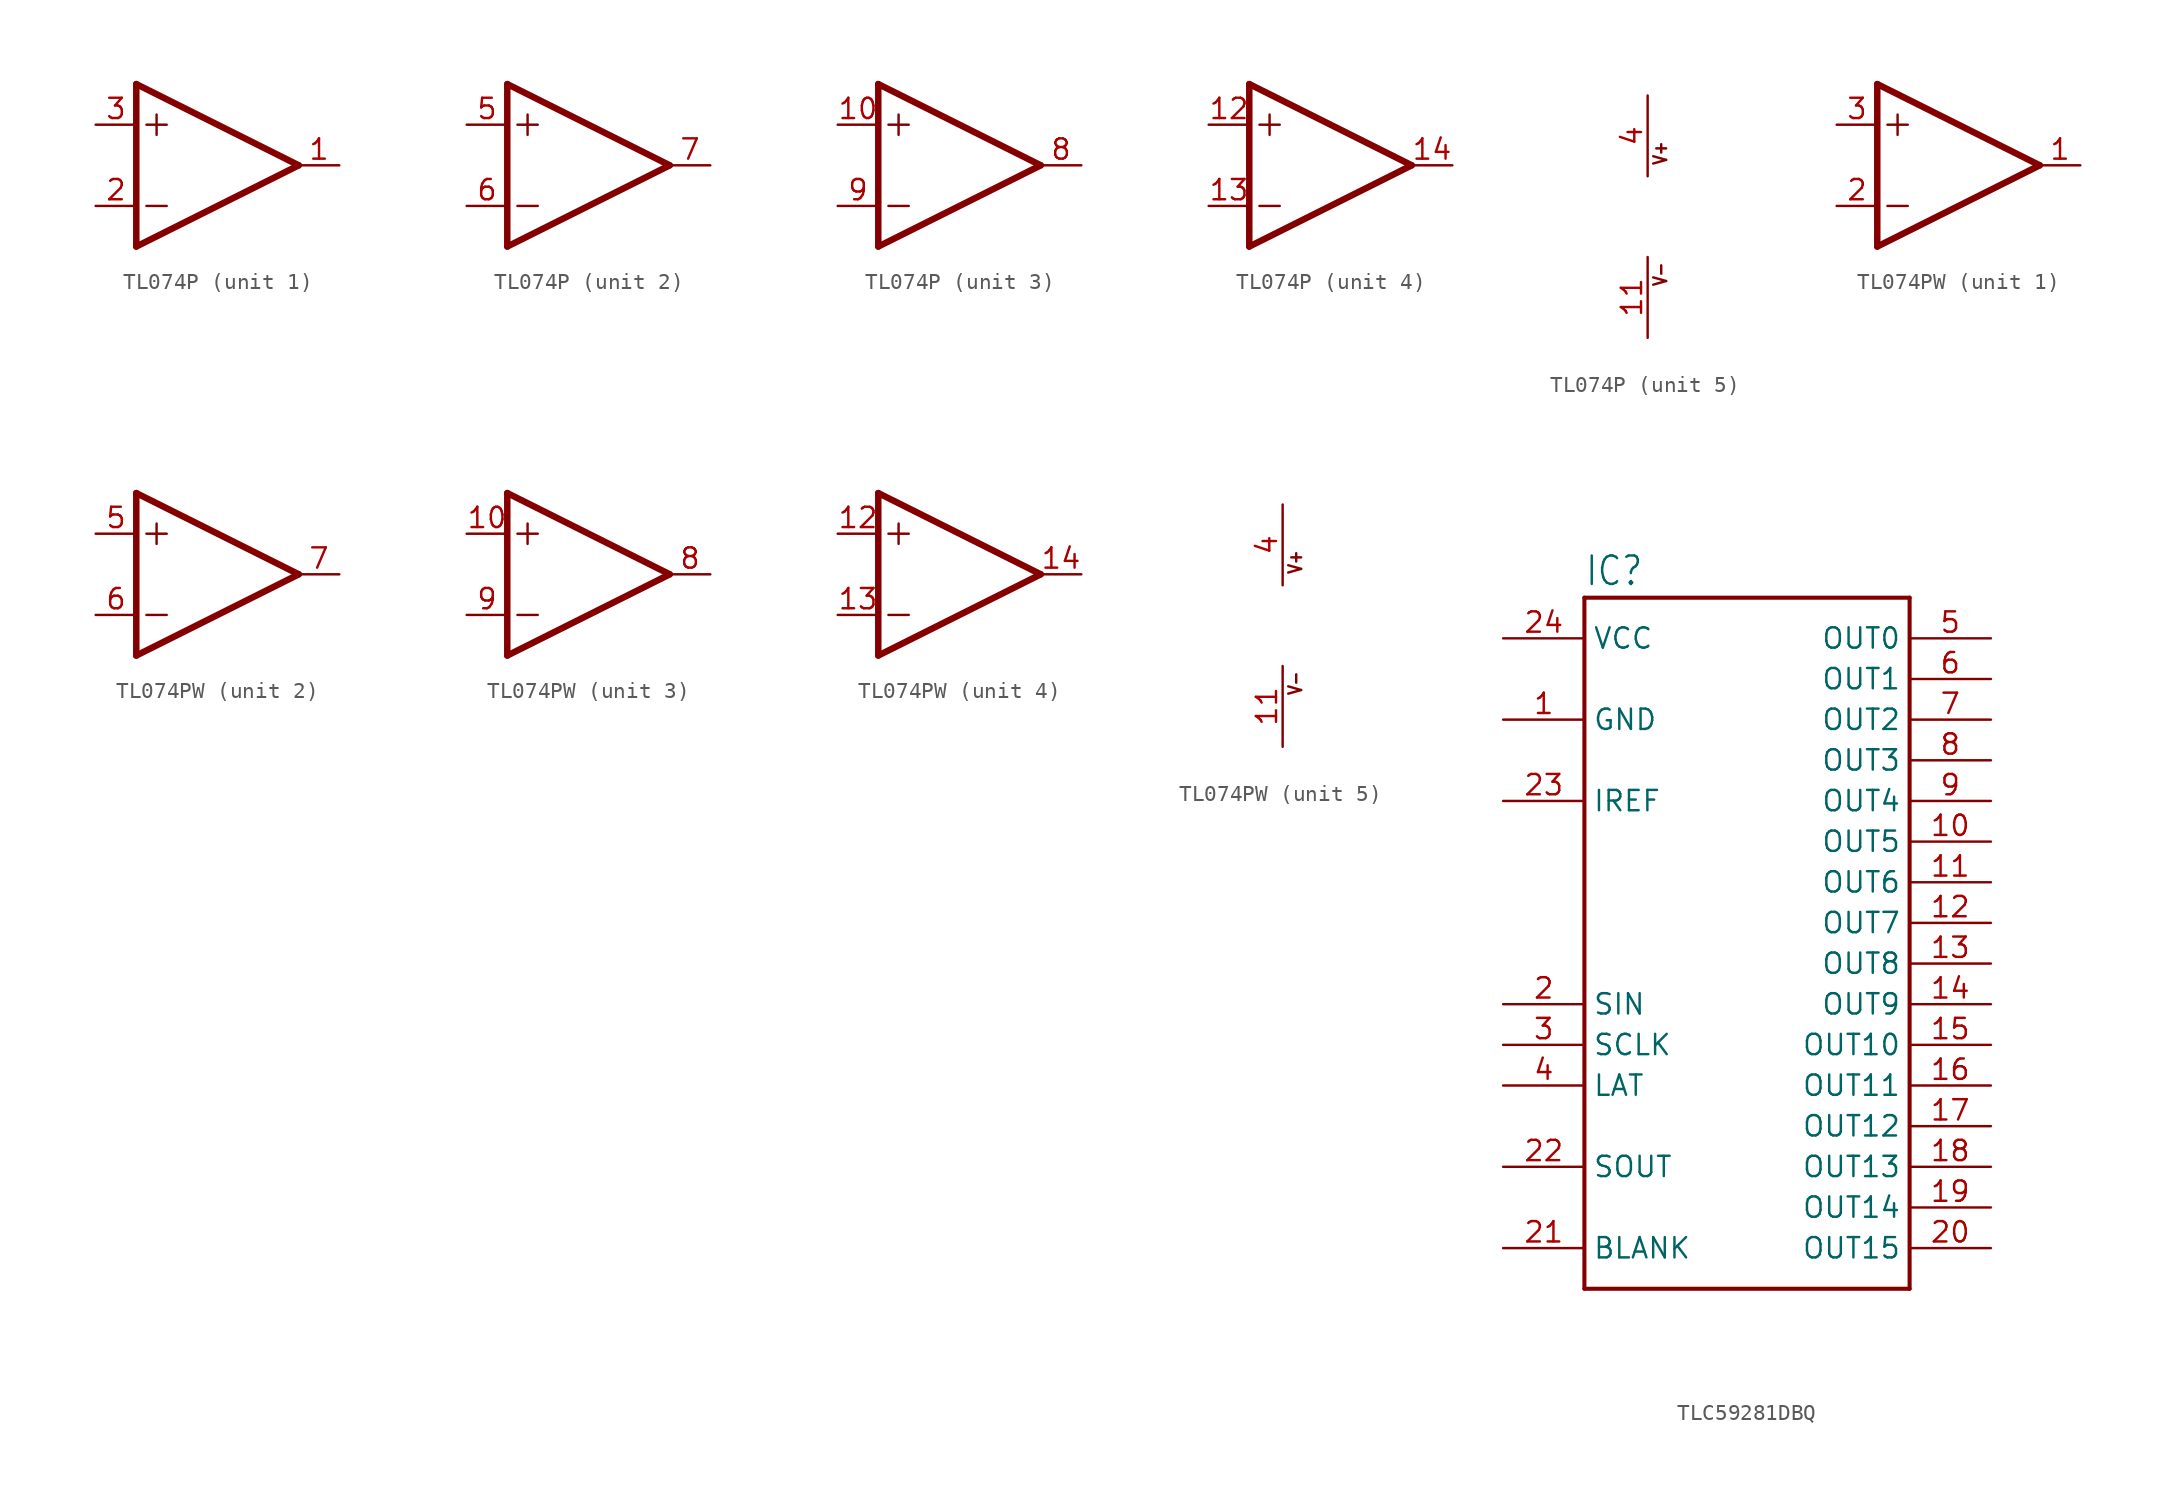
<source format=kicad_sym>
(kicad_symbol_lib
  (version 20220914)
  (generator kicad_symbol_editor)
  (symbol "TL074P"
    (property "Reference" "IC"
      (at 2.54 3.175 0)
      (effects (font (size 1.778 1.511)) (justify left bottom) hide))
    (property "ki_locked" ""
      (at 0 0 0)
      (effects (font (size 1.27 1.27))))
    (symbol "TL074P_1_0"
      (polyline (pts (xy -5.08 -5.08) (xy 5.08 0)) (stroke (width 0.406) (type solid)) (fill (type none)))
      (polyline (pts (xy -5.08 5.08) (xy -5.08 -5.08)) (stroke (width 0.406) (type solid)) (fill (type none)))
      (polyline (pts (xy -4.445 -2.54) (xy -3.175 -2.54)) (stroke (width 0.152) (type solid)) (fill (type none)))
      (polyline (pts (xy -4.445 2.54) (xy -3.175 2.54)) (stroke (width 0.152) (type solid)) (fill (type none)))
      (polyline (pts (xy -3.81 3.175) (xy -3.81 1.905)) (stroke (width 0.152) (type solid)) (fill (type none)))
      (polyline (pts (xy 5.08 0) (xy -5.08 5.08)) (stroke (width 0.406) (type solid)) (fill (type none)))
      (pin output line (at 7.62 0 180) (length 2.54) (name "OUT" (effects (font (size 0 0)))) (number "1" (effects (font (size 1.27 1.27)))))
      (pin input line (at -7.62 -2.54 0) (length 2.54) (name "-IN" (effects (font (size 0 0)))) (number "2" (effects (font (size 1.27 1.27)))))
      (pin input line (at -7.62 2.54 0) (length 2.54) (name "+IN" (effects (font (size 0 0)))) (number "3" (effects (font (size 1.27 1.27))))))
    (symbol "TL074P_2_0"
      (polyline (pts (xy -5.08 -5.08) (xy 5.08 0)) (stroke (width 0.406) (type solid)) (fill (type none)))
      (polyline (pts (xy -5.08 5.08) (xy -5.08 -5.08)) (stroke (width 0.406) (type solid)) (fill (type none)))
      (polyline (pts (xy -4.445 -2.54) (xy -3.175 -2.54)) (stroke (width 0.152) (type solid)) (fill (type none)))
      (polyline (pts (xy -4.445 2.54) (xy -3.175 2.54)) (stroke (width 0.152) (type solid)) (fill (type none)))
      (polyline (pts (xy -3.81 3.175) (xy -3.81 1.905)) (stroke (width 0.152) (type solid)) (fill (type none)))
      (polyline (pts (xy 5.08 0) (xy -5.08 5.08)) (stroke (width 0.406) (type solid)) (fill (type none)))
      (pin input line (at -7.62 2.54 0) (length 2.54) (name "+IN" (effects (font (size 0 0)))) (number "5" (effects (font (size 1.27 1.27)))))
      (pin input line (at -7.62 -2.54 0) (length 2.54) (name "-IN" (effects (font (size 0 0)))) (number "6" (effects (font (size 1.27 1.27)))))
      (pin output line (at 7.62 0 180) (length 2.54) (name "OUT" (effects (font (size 0 0)))) (number "7" (effects (font (size 1.27 1.27))))))
    (symbol "TL074P_3_0"
      (polyline (pts (xy -5.08 -5.08) (xy 5.08 0)) (stroke (width 0.406) (type solid)) (fill (type none)))
      (polyline (pts (xy -5.08 5.08) (xy -5.08 -5.08)) (stroke (width 0.406) (type solid)) (fill (type none)))
      (polyline (pts (xy -4.445 -2.54) (xy -3.175 -2.54)) (stroke (width 0.152) (type solid)) (fill (type none)))
      (polyline (pts (xy -4.445 2.54) (xy -3.175 2.54)) (stroke (width 0.152) (type solid)) (fill (type none)))
      (polyline (pts (xy -3.81 3.175) (xy -3.81 1.905)) (stroke (width 0.152) (type solid)) (fill (type none)))
      (polyline (pts (xy 5.08 0) (xy -5.08 5.08)) (stroke (width 0.406) (type solid)) (fill (type none)))
      (pin input line (at -7.62 2.54 0) (length 2.54) (name "+IN" (effects (font (size 0 0)))) (number "10" (effects (font (size 1.27 1.27)))))
      (pin output line (at 7.62 0 180) (length 2.54) (name "OUT" (effects (font (size 0 0)))) (number "8" (effects (font (size 1.27 1.27)))))
      (pin input line (at -7.62 -2.54 0) (length 2.54) (name "-IN" (effects (font (size 0 0)))) (number "9" (effects (font (size 1.27 1.27))))))
    (symbol "TL074P_4_0"
      (polyline (pts (xy -5.08 -5.08) (xy 5.08 0)) (stroke (width 0.406) (type solid)) (fill (type none)))
      (polyline (pts (xy -5.08 5.08) (xy -5.08 -5.08)) (stroke (width 0.406) (type solid)) (fill (type none)))
      (polyline (pts (xy -4.445 -2.54) (xy -3.175 -2.54)) (stroke (width 0.152) (type solid)) (fill (type none)))
      (polyline (pts (xy -4.445 2.54) (xy -3.175 2.54)) (stroke (width 0.152) (type solid)) (fill (type none)))
      (polyline (pts (xy -3.81 3.175) (xy -3.81 1.905)) (stroke (width 0.152) (type solid)) (fill (type none)))
      (polyline (pts (xy 5.08 0) (xy -5.08 5.08)) (stroke (width 0.406) (type solid)) (fill (type none)))
      (pin input line (at -7.62 2.54 0) (length 2.54) (name "+IN" (effects (font (size 0 0)))) (number "12" (effects (font (size 1.27 1.27)))))
      (pin input line (at -7.62 -2.54 0) (length 2.54) (name "-IN" (effects (font (size 0 0)))) (number "13" (effects (font (size 1.27 1.27)))))
      (pin output line (at 7.62 0 180) (length 2.54) (name "OUT" (effects (font (size 0 0)))) (number "14" (effects (font (size 1.27 1.27))))))
    (symbol "TL074P_5_0"
      (text "V+" (at 1.27 3.175 900) (effects (font (size 0.813 0.691)) (justify left bottom)))
      (text "V-" (at 1.27 -4.445 900) (effects (font (size 0.813 0.691)) (justify left bottom)))
      (pin power_in line (at 0 -7.62 90) (length 5.08) (name "V-" (effects (font (size 0 0)))) (number "11" (effects (font (size 1.27 1.27)))))
      (pin power_in line (at 0 7.62 270) (length 5.08) (name "V+" (effects (font (size 0 0)))) (number "4" (effects (font (size 1.27 1.27)))))))
  (symbol "TL074PW"
    (property "Reference" "IC"
      (at 2.54 3.175 0)
      (effects (font (size 1.778 1.511)) (justify left bottom) hide))
    (property "ki_locked" ""
      (at 0 0 0)
      (effects (font (size 1.27 1.27))))
    (symbol "TL074PW_1_0"
      (polyline (pts (xy -5.08 -5.08) (xy 5.08 0)) (stroke (width 0.406) (type solid)) (fill (type none)))
      (polyline (pts (xy -5.08 5.08) (xy -5.08 -5.08)) (stroke (width 0.406) (type solid)) (fill (type none)))
      (polyline (pts (xy -4.445 -2.54) (xy -3.175 -2.54)) (stroke (width 0.152) (type solid)) (fill (type none)))
      (polyline (pts (xy -4.445 2.54) (xy -3.175 2.54)) (stroke (width 0.152) (type solid)) (fill (type none)))
      (polyline (pts (xy -3.81 3.175) (xy -3.81 1.905)) (stroke (width 0.152) (type solid)) (fill (type none)))
      (polyline (pts (xy 5.08 0) (xy -5.08 5.08)) (stroke (width 0.406) (type solid)) (fill (type none)))
      (pin output line (at 7.62 0 180) (length 2.54) (name "OUT" (effects (font (size 0 0)))) (number "1" (effects (font (size 1.27 1.27)))))
      (pin input line (at -7.62 -2.54 0) (length 2.54) (name "-IN" (effects (font (size 0 0)))) (number "2" (effects (font (size 1.27 1.27)))))
      (pin input line (at -7.62 2.54 0) (length 2.54) (name "+IN" (effects (font (size 0 0)))) (number "3" (effects (font (size 1.27 1.27))))))
    (symbol "TL074PW_2_0"
      (polyline (pts (xy -5.08 -5.08) (xy 5.08 0)) (stroke (width 0.406) (type solid)) (fill (type none)))
      (polyline (pts (xy -5.08 5.08) (xy -5.08 -5.08)) (stroke (width 0.406) (type solid)) (fill (type none)))
      (polyline (pts (xy -4.445 -2.54) (xy -3.175 -2.54)) (stroke (width 0.152) (type solid)) (fill (type none)))
      (polyline (pts (xy -4.445 2.54) (xy -3.175 2.54)) (stroke (width 0.152) (type solid)) (fill (type none)))
      (polyline (pts (xy -3.81 3.175) (xy -3.81 1.905)) (stroke (width 0.152) (type solid)) (fill (type none)))
      (polyline (pts (xy 5.08 0) (xy -5.08 5.08)) (stroke (width 0.406) (type solid)) (fill (type none)))
      (pin input line (at -7.62 2.54 0) (length 2.54) (name "+IN" (effects (font (size 0 0)))) (number "5" (effects (font (size 1.27 1.27)))))
      (pin input line (at -7.62 -2.54 0) (length 2.54) (name "-IN" (effects (font (size 0 0)))) (number "6" (effects (font (size 1.27 1.27)))))
      (pin output line (at 7.62 0 180) (length 2.54) (name "OUT" (effects (font (size 0 0)))) (number "7" (effects (font (size 1.27 1.27))))))
    (symbol "TL074PW_3_0"
      (polyline (pts (xy -5.08 -5.08) (xy 5.08 0)) (stroke (width 0.406) (type solid)) (fill (type none)))
      (polyline (pts (xy -5.08 5.08) (xy -5.08 -5.08)) (stroke (width 0.406) (type solid)) (fill (type none)))
      (polyline (pts (xy -4.445 -2.54) (xy -3.175 -2.54)) (stroke (width 0.152) (type solid)) (fill (type none)))
      (polyline (pts (xy -4.445 2.54) (xy -3.175 2.54)) (stroke (width 0.152) (type solid)) (fill (type none)))
      (polyline (pts (xy -3.81 3.175) (xy -3.81 1.905)) (stroke (width 0.152) (type solid)) (fill (type none)))
      (polyline (pts (xy 5.08 0) (xy -5.08 5.08)) (stroke (width 0.406) (type solid)) (fill (type none)))
      (pin input line (at -7.62 2.54 0) (length 2.54) (name "+IN" (effects (font (size 0 0)))) (number "10" (effects (font (size 1.27 1.27)))))
      (pin output line (at 7.62 0 180) (length 2.54) (name "OUT" (effects (font (size 0 0)))) (number "8" (effects (font (size 1.27 1.27)))))
      (pin input line (at -7.62 -2.54 0) (length 2.54) (name "-IN" (effects (font (size 0 0)))) (number "9" (effects (font (size 1.27 1.27))))))
    (symbol "TL074PW_4_0"
      (polyline (pts (xy -5.08 -5.08) (xy 5.08 0)) (stroke (width 0.406) (type solid)) (fill (type none)))
      (polyline (pts (xy -5.08 5.08) (xy -5.08 -5.08)) (stroke (width 0.406) (type solid)) (fill (type none)))
      (polyline (pts (xy -4.445 -2.54) (xy -3.175 -2.54)) (stroke (width 0.152) (type solid)) (fill (type none)))
      (polyline (pts (xy -4.445 2.54) (xy -3.175 2.54)) (stroke (width 0.152) (type solid)) (fill (type none)))
      (polyline (pts (xy -3.81 3.175) (xy -3.81 1.905)) (stroke (width 0.152) (type solid)) (fill (type none)))
      (polyline (pts (xy 5.08 0) (xy -5.08 5.08)) (stroke (width 0.406) (type solid)) (fill (type none)))
      (pin input line (at -7.62 2.54 0) (length 2.54) (name "+IN" (effects (font (size 0 0)))) (number "12" (effects (font (size 1.27 1.27)))))
      (pin input line (at -7.62 -2.54 0) (length 2.54) (name "-IN" (effects (font (size 0 0)))) (number "13" (effects (font (size 1.27 1.27)))))
      (pin output line (at 7.62 0 180) (length 2.54) (name "OUT" (effects (font (size 0 0)))) (number "14" (effects (font (size 1.27 1.27))))))
    (symbol "TL074PW_5_0"
      (text "V+" (at 1.27 3.175 900) (effects (font (size 0.813 0.691)) (justify left bottom)))
      (text "V-" (at 1.27 -4.445 900) (effects (font (size 0.813 0.691)) (justify left bottom)))
      (pin power_in line (at 0 -7.62 90) (length 5.08) (name "V-" (effects (font (size 0 0)))) (number "11" (effects (font (size 1.27 1.27)))))
      (pin power_in line (at 0 7.62 270) (length 5.08) (name "V+" (effects (font (size 0 0)))) (number "4" (effects (font (size 1.27 1.27)))))))
  (symbol "TLC59281DBQ"
    (property "Reference" "IC"
      (at -10.16 23.495 0)
      (effects (font (size 1.778 1.511)) (justify left bottom)))
    (property "Value" ""
      (at -10.16 -22.225 0)
      (effects (font (size 1.778 1.511)) (justify left bottom)))
    (property "ki_locked" ""
      (at 0 0 0)
      (effects (font (size 1.27 1.27))))
    (symbol "TLC59281DBQ_1_0"
      (polyline (pts (xy -10.16 -20.32) (xy -10.16 22.86)) (stroke (width 0.254) (type solid)) (fill (type none)))
      (polyline (pts (xy -10.16 22.86) (xy 10.16 22.86)) (stroke (width 0.254) (type solid)) (fill (type none)))
      (polyline (pts (xy 10.16 -20.32) (xy -10.16 -20.32)) (stroke (width 0.254) (type solid)) (fill (type none)))
      (polyline (pts (xy 10.16 22.86) (xy 10.16 -20.32)) (stroke (width 0.254) (type solid)) (fill (type none)))
      (pin bidirectional line (at -15.24 15.24 0) (length 5.08) (name "GND" (effects (font (size 1.27 1.27)))) (number "1" (effects (font (size 1.27 1.27)))))
      (pin bidirectional line (at 15.24 7.62 180) (length 5.08) (name "OUT5" (effects (font (size 1.27 1.27)))) (number "10" (effects (font (size 1.27 1.27)))))
      (pin bidirectional line (at 15.24 5.08 180) (length 5.08) (name "OUT6" (effects (font (size 1.27 1.27)))) (number "11" (effects (font (size 1.27 1.27)))))
      (pin bidirectional line (at 15.24 2.54 180) (length 5.08) (name "OUT7" (effects (font (size 1.27 1.27)))) (number "12" (effects (font (size 1.27 1.27)))))
      (pin bidirectional line (at 15.24 0 180) (length 5.08) (name "OUT8" (effects (font (size 1.27 1.27)))) (number "13" (effects (font (size 1.27 1.27)))))
      (pin bidirectional line (at 15.24 -2.54 180) (length 5.08) (name "OUT9" (effects (font (size 1.27 1.27)))) (number "14" (effects (font (size 1.27 1.27)))))
      (pin bidirectional line (at 15.24 -5.08 180) (length 5.08) (name "OUT10" (effects (font (size 1.27 1.27)))) (number "15" (effects (font (size 1.27 1.27)))))
      (pin bidirectional line (at 15.24 -7.62 180) (length 5.08) (name "OUT11" (effects (font (size 1.27 1.27)))) (number "16" (effects (font (size 1.27 1.27)))))
      (pin bidirectional line (at 15.24 -10.16 180) (length 5.08) (name "OUT12" (effects (font (size 1.27 1.27)))) (number "17" (effects (font (size 1.27 1.27)))))
      (pin bidirectional line (at 15.24 -12.7 180) (length 5.08) (name "OUT13" (effects (font (size 1.27 1.27)))) (number "18" (effects (font (size 1.27 1.27)))))
      (pin bidirectional line (at 15.24 -15.24 180) (length 5.08) (name "OUT14" (effects (font (size 1.27 1.27)))) (number "19" (effects (font (size 1.27 1.27)))))
      (pin bidirectional line (at -15.24 -2.54 0) (length 5.08) (name "SIN" (effects (font (size 1.27 1.27)))) (number "2" (effects (font (size 1.27 1.27)))))
      (pin bidirectional line (at 15.24 -17.78 180) (length 5.08) (name "OUT15" (effects (font (size 1.27 1.27)))) (number "20" (effects (font (size 1.27 1.27)))))
      (pin bidirectional line (at -15.24 -17.78 0) (length 5.08) (name "BLANK" (effects (font (size 1.27 1.27)))) (number "21" (effects (font (size 1.27 1.27)))))
      (pin bidirectional line (at -15.24 -12.7 0) (length 5.08) (name "SOUT" (effects (font (size 1.27 1.27)))) (number "22" (effects (font (size 1.27 1.27)))))
      (pin bidirectional line (at -15.24 10.16 0) (length 5.08) (name "IREF" (effects (font (size 1.27 1.27)))) (number "23" (effects (font (size 1.27 1.27)))))
      (pin bidirectional line (at -15.24 20.32 0) (length 5.08) (name "VCC" (effects (font (size 1.27 1.27)))) (number "24" (effects (font (size 1.27 1.27)))))
      (pin bidirectional line (at -15.24 -5.08 0) (length 5.08) (name "SCLK" (effects (font (size 1.27 1.27)))) (number "3" (effects (font (size 1.27 1.27)))))
      (pin bidirectional line (at -15.24 -7.62 0) (length 5.08) (name "LAT" (effects (font (size 1.27 1.27)))) (number "4" (effects (font (size 1.27 1.27)))))
      (pin bidirectional line (at 15.24 20.32 180) (length 5.08) (name "OUT0" (effects (font (size 1.27 1.27)))) (number "5" (effects (font (size 1.27 1.27)))))
      (pin bidirectional line (at 15.24 17.78 180) (length 5.08) (name "OUT1" (effects (font (size 1.27 1.27)))) (number "6" (effects (font (size 1.27 1.27)))))
      (pin bidirectional line (at 15.24 15.24 180) (length 5.08) (name "OUT2" (effects (font (size 1.27 1.27)))) (number "7" (effects (font (size 1.27 1.27)))))
      (pin bidirectional line (at 15.24 12.7 180) (length 5.08) (name "OUT3" (effects (font (size 1.27 1.27)))) (number "8" (effects (font (size 1.27 1.27)))))
      (pin bidirectional line (at 15.24 10.16 180) (length 5.08) (name "OUT4" (effects (font (size 1.27 1.27)))) (number "9" (effects (font (size 1.27 1.27))))))))
</source>
